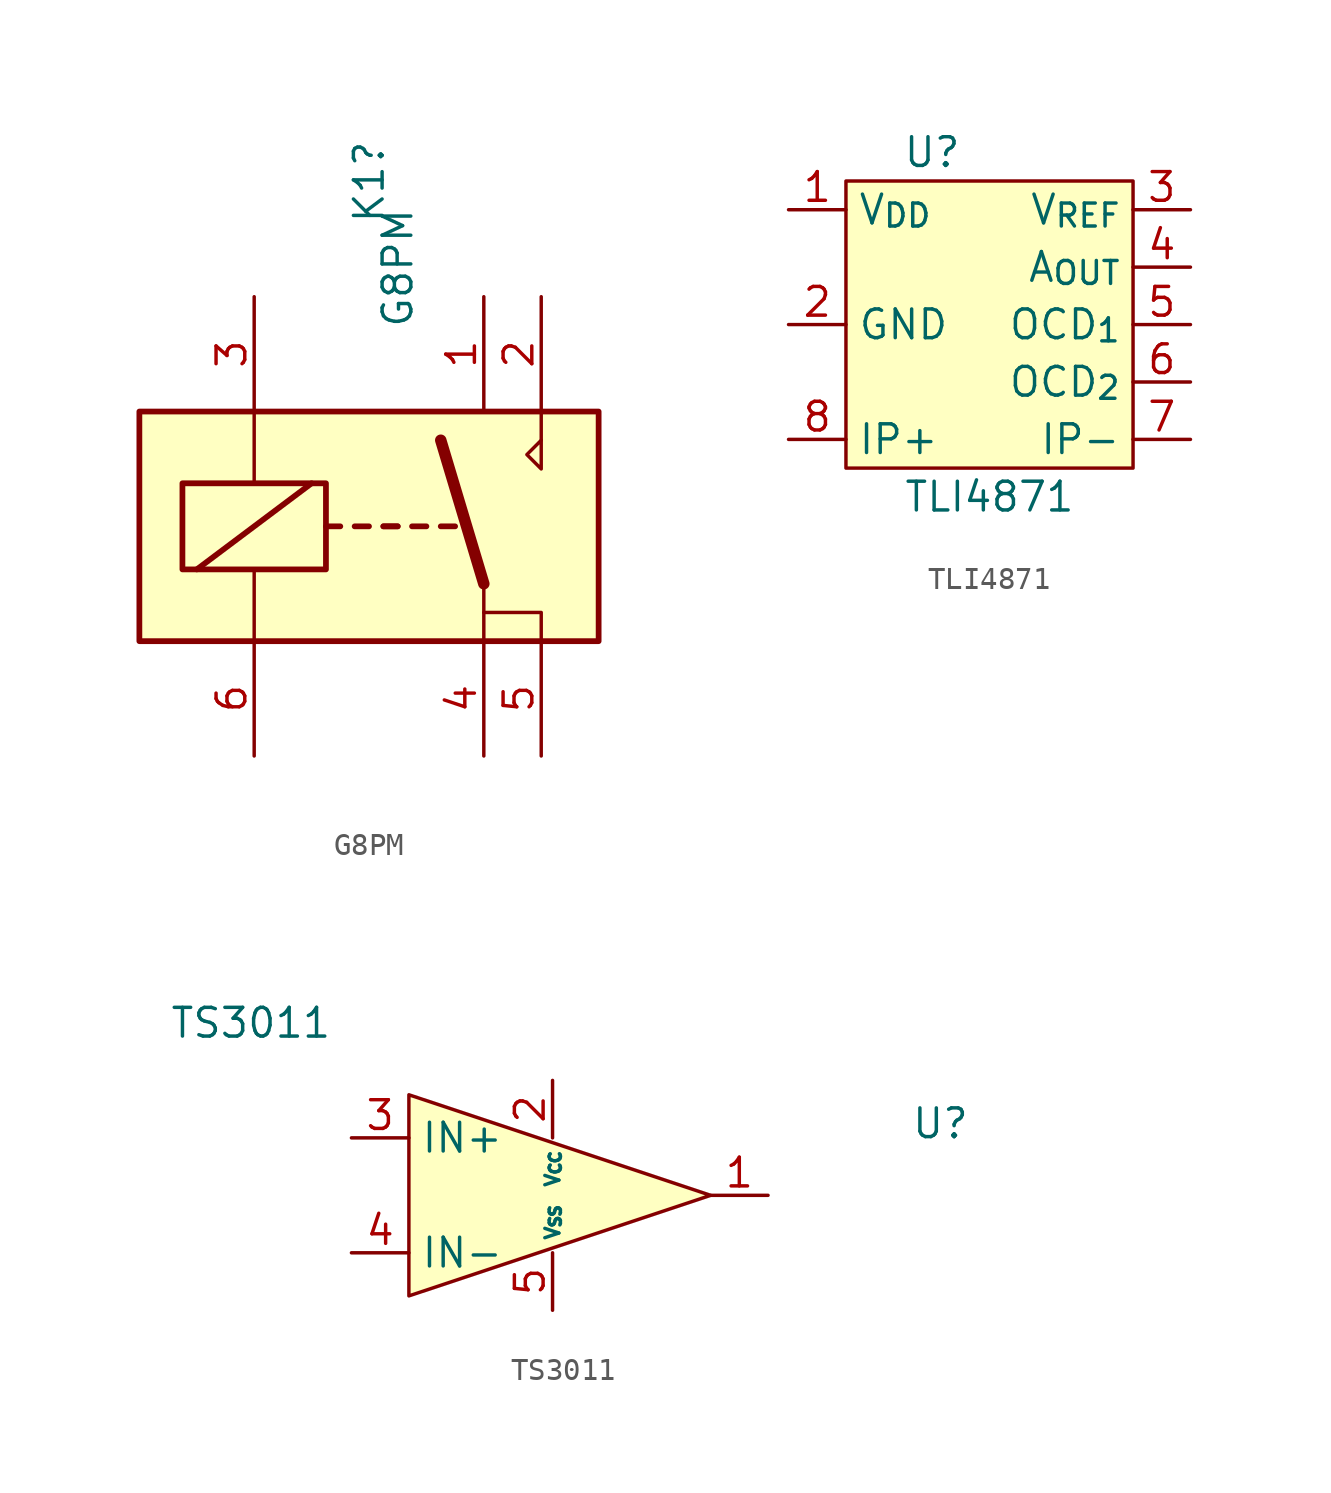
<source format=kicad_sym>
(kicad_symbol_lib
  (version 20211014)
  (generator kicad_symbol_editor)
  (symbol "G8PM"
    (property "Reference" "K1"
      (at 0 15.24 90)
      (effects (font (size 1.27 1.27))))
    (property "Value" "G8PM"
      (at 1.27 11.43 90)
      (effects (font (size 1.27 1.27))))
    (symbol "G8PM_0_1"
      (polyline (pts (xy 7.62 -5.08) (xy 7.62 -3.81) (xy 5.08 -3.81)) (stroke (width 0) (type default) (color 0 0 0 0)) (fill (type none))))
    (symbol "G8PM_1_0"
      (polyline (pts (xy 7.62 3.81) (xy 7.62 5.08)) (stroke (width 0) (type default) (color 0 0 0 0)) (fill (type none)))
      (polyline (pts (xy 7.62 3.81) (xy 7.62 2.54) (xy 6.985 3.175) (xy 7.62 3.81)) (stroke (width 0) (type default) (color 0 0 0 0)) (fill (type none))))
    (symbol "G8PM_1_1"
      (rectangle (start -10.16 5.08) (end 10.16 -5.08) (stroke (width 0.254) (type default) (color 0 0 0 0)) (fill (type background)))
      (rectangle (start -8.255 1.905) (end -1.905 -1.905) (stroke (width 0.254) (type default) (color 0 0 0 0)) (fill (type none)))
      (polyline (pts (xy -7.62 -1.905) (xy -2.54 1.905)) (stroke (width 0.254) (type default) (color 0 0 0 0)) (fill (type none)))
      (polyline (pts (xy -5.08 -5.08) (xy -5.08 -1.905)) (stroke (width 0) (type default) (color 0 0 0 0)) (fill (type none)))
      (polyline (pts (xy -5.08 5.08) (xy -5.08 1.905)) (stroke (width 0) (type default) (color 0 0 0 0)) (fill (type none)))
      (polyline (pts (xy -1.905 0) (xy -1.27 0)) (stroke (width 0.254) (type default) (color 0 0 0 0)) (fill (type none)))
      (polyline (pts (xy -0.635 0) (xy 0 0)) (stroke (width 0.254) (type default) (color 0 0 0 0)) (fill (type none)))
      (polyline (pts (xy 0.635 0) (xy 1.27 0)) (stroke (width 0.254) (type default) (color 0 0 0 0)) (fill (type none)))
      (polyline (pts (xy 0.635 0) (xy 1.27 0)) (stroke (width 0.254) (type default) (color 0 0 0 0)) (fill (type none)))
      (polyline (pts (xy 1.905 0) (xy 2.54 0)) (stroke (width 0.254) (type default) (color 0 0 0 0)) (fill (type none)))
      (polyline (pts (xy 3.175 0) (xy 3.81 0)) (stroke (width 0.254) (type default) (color 0 0 0 0)) (fill (type none)))
      (polyline (pts (xy 5.08 -2.54) (xy 3.175 3.81)) (stroke (width 0.508) (type default) (color 0 0 0 0)) (fill (type none)))
      (polyline (pts (xy 5.08 -2.54) (xy 5.08 -5.08)) (stroke (width 0) (type default) (color 0 0 0 0)) (fill (type none)))
      (pin passive line (at 5.08 10.16 270) (length 5.08) (name "~" (effects (font (size 1.27 1.27)))) (number "1" (effects (font (size 1.27 1.27)))))
      (pin passive line (at 7.62 10.16 270) (length 5.08) (name "~" (effects (font (size 1.27 1.27)))) (number "2" (effects (font (size 1.27 1.27)))))
      (pin passive line (at -5.08 10.16 270) (length 5.08) (name "~" (effects (font (size 1.27 1.27)))) (number "3" (effects (font (size 1.27 1.27)))))
      (pin passive line (at 5.08 -10.16 90) (length 5.08) (name "~" (effects (font (size 1.27 1.27)))) (number "4" (effects (font (size 1.27 1.27)))))
      (pin passive line (at 7.62 -10.16 90) (length 5.08) (name "~" (effects (font (size 1.27 1.27)))) (number "5" (effects (font (size 1.27 1.27)))))
      (pin passive line (at -5.08 -10.16 90) (length 5.08) (name "~" (effects (font (size 1.27 1.27)))) (number "6" (effects (font (size 1.27 1.27)))))))
  (symbol "TLI4871"
    (property "Reference" "U"
      (at -2.54 3.81 0)
      (effects (font (size 1.27 1.27))))
    (property "Value" "TLI4871"
      (at 0 -11.43 0)
      (effects (font (size 1.27 1.27))))
    (symbol "TLI4871_0_1"
      (rectangle (start -6.35 2.54) (end 6.35 -10.16) (stroke (width 0) (type default) (color 0 0 0 0)) (fill (type background))))
    (symbol "TLI4871_1_1"
      (pin power_in line (at -8.89 1.27 0) (length 2.54) (name "V_{DD}" (effects (font (size 1.27 1.27)))) (number "1" (effects (font (size 1.27 1.27)))))
      (pin power_in line (at -8.89 -3.81 0) (length 2.54) (name "GND" (effects (font (size 1.27 1.27)))) (number "2" (effects (font (size 1.27 1.27)))))
      (pin bidirectional line (at 8.89 1.27 180) (length 2.54) (name "V_{REF}" (effects (font (size 1.27 1.27)))) (number "3" (effects (font (size 1.27 1.27)))))
      (pin output line (at 8.89 -1.27 180) (length 2.54) (name "A_{OUT}" (effects (font (size 1.27 1.27)))) (number "4" (effects (font (size 1.27 1.27)))))
      (pin output line (at 8.89 -3.81 180) (length 2.54) (name "OCD_{1}" (effects (font (size 1.27 1.27)))) (number "5" (effects (font (size 1.27 1.27)))))
      (pin output line (at 8.89 -6.35 180) (length 2.54) (name "OCD_{2}" (effects (font (size 1.27 1.27)))) (number "6" (effects (font (size 1.27 1.27)))))
      (pin power_out line (at 8.89 -8.89 180) (length 2.54) (name "IP-" (effects (font (size 1.27 1.27)))) (number "7" (effects (font (size 1.27 1.27)))))
      (pin power_in line (at -8.89 -8.89 0) (length 2.54) (name "IP+" (effects (font (size 1.27 1.27)))) (number "8" (effects (font (size 1.27 1.27)))))))
  (symbol "TS3011"
    (property "Reference" "U"
      (at 23.495 3.175 0)
      (effects (font (size 1.27 1.27))))
    (property "Value" "TS3011"
      (at -6.985 7.62 0)
      (effects (font (size 1.27 1.27))))
    (symbol "TS3011_0_1"
      (polyline (pts (xy 0 4.445) (xy 13.335 0) (xy 0 -4.445) (xy 0 4.445)) (stroke (width 0) (type default) (color 0 0 0 0)) (fill (type background))))
    (symbol "TS3011_1_1"
      (pin output line (at 15.875 0 180) (length 2.54) (name "OUT" (effects (font (size 0 0)))) (number "1" (effects (font (size 1.27 1.27)))))
      (pin power_in line (at 6.35 5.08 270) (length 2.54) (name "V_{CC}" (effects (font (size 0.62 0.62)))) (number "2" (effects (font (size 1.27 1.27)))))
      (pin input line (at -2.54 2.54 0) (length 2.54) (name "IN+" (effects (font (size 1.27 1.27)))) (number "3" (effects (font (size 1.27 1.27)))))
      (pin input line (at -2.54 -2.54 0) (length 2.54) (name "IN-" (effects (font (size 1.27 1.27)))) (number "4" (effects (font (size 1.27 1.27)))))
      (pin power_in line (at 6.35 -5.08 90) (length 2.54) (name "V_{SS}" (effects (font (size 0.62 0.62)))) (number "5" (effects (font (size 1.27 1.27))))))))
</source>
